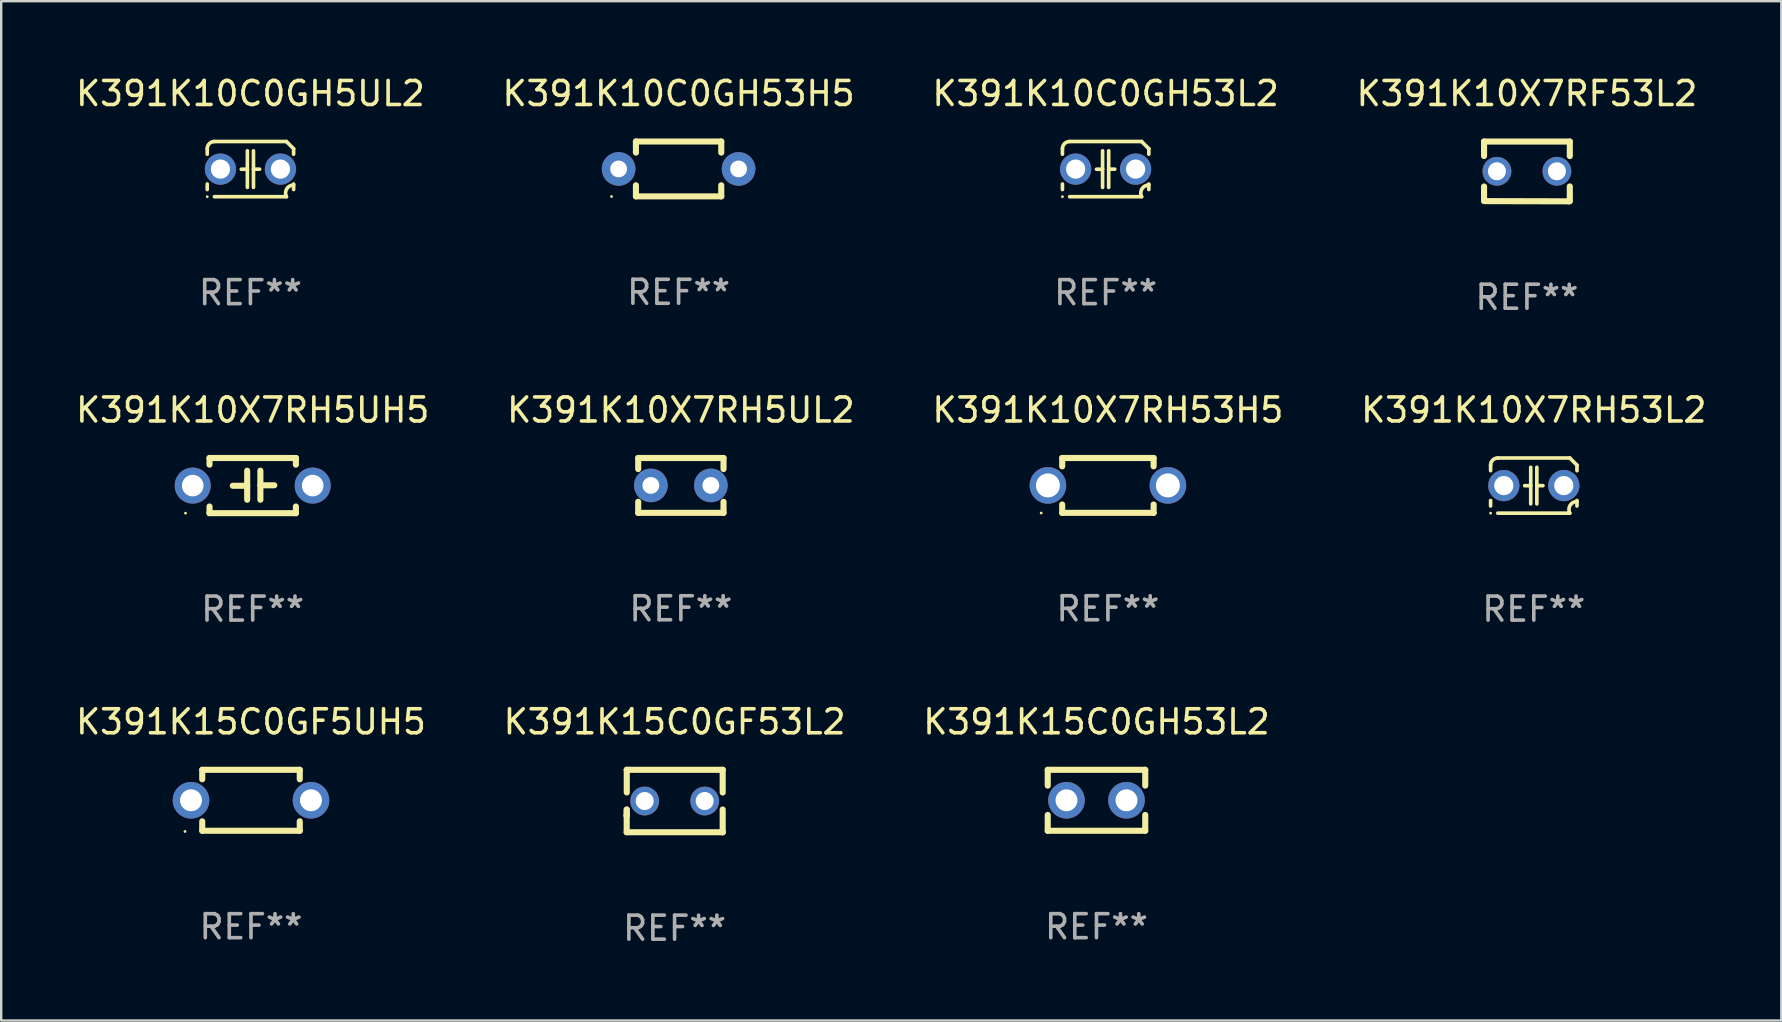
<source format=kicad_pcb>
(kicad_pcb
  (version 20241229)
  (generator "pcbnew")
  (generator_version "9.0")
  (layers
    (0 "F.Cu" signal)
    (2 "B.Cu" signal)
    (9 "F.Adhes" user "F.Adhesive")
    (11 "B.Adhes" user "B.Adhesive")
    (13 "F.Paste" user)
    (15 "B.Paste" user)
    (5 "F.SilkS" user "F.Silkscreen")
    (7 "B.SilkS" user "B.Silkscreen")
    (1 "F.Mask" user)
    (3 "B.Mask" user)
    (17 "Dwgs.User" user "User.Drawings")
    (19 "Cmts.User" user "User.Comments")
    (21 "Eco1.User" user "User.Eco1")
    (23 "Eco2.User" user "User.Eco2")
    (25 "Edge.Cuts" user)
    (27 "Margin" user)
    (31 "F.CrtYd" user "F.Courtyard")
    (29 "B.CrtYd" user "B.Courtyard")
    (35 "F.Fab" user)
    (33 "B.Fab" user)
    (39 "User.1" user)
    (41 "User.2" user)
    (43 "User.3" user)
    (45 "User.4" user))
  (footprint "K391K15C0GF53L2"
    (layer "F.Cu")
    (at 25.065 30.335)
    (property "Reference" "K391K15C0GF53L2" (at 0 -3.301 0) (layer "F.SilkS") (effects (font (size 1 1) (thickness 0.15))))
    (attr through_hole)
    (fp_line (start -1.996 0.354) (end -1.996 1.301) (stroke (width 0.254) (type solid)) (layer "F.SilkS"))
    (fp_line (start -1.996 1.301) (end 2.002 1.301) (stroke (width 0.254) (type solid)) (layer "F.SilkS"))
    (fp_line (start -1.993 -1.299) (end -1.993 -0.36) (stroke (width 0.254) (type solid)) (layer "F.SilkS"))
    (fp_line (start -1.993 0.358) (end -1.993 0.599) (stroke (width 0.254) (type solid)) (layer "F.SilkS"))
    (fp_line (start -1.993 0.599) (end -2.005 0.61) (stroke (width 0.254) (type solid)) (layer "F.SilkS"))
    (fp_line (start -1.992 -1.301) (end -1.993 -1.299) (stroke (width 0.254) (type solid)) (layer "F.SilkS"))
    (fp_line (start 2.002 1.301) (end 2.005 1.298) (stroke (width 0.254) (type solid)) (layer "F.SilkS"))
    (fp_line (start 2.003 -1.301) (end -1.992 -1.301) (stroke (width 0.254) (type solid)) (layer "F.SilkS"))
    (fp_line (start 2.005 -1.299) (end 2.003 -1.301) (stroke (width 0.254) (type solid)) (layer "F.SilkS"))
    (fp_line (start 2.005 -0.355) (end 2.005 -1.299) (stroke (width 0.254) (type solid)) (layer "F.SilkS"))
    (fp_line (start 2.005 1.298) (end 2.005 0.352) (stroke (width 0.254) (type solid)) (layer "F.SilkS"))
    (fp_circle (center -1.996 1.299) (end -1.966 1.299) (stroke (width 0.06) (type solid)) (fill no) (layer "F.SilkS"))
    (fp_text user "REF**" (at 0 5.301 0) (layer "F.Fab") (effects (font (size 1 1) (thickness 0.15))))
    (pad "1" thru_hole circle (at -1.246 -0.001) (size 1.2 1.2) (drill 0.75) (layers "*.Cu" "*.Mask"))
    (pad "2" thru_hole circle (at 1.255 -0.001) (size 1.2 1.2) (drill 0.75) (layers "*.Cu" "*.Mask")))
  (footprint "K391K10C0GH53H5"
    (layer "F.Cu")
    (at 25.232 3.991)
    (property "Reference" "K391K10C0GH53H5" (at 0 -3.143 0) (layer "F.SilkS") (effects (font (size 1 1) (thickness 0.15))))
    (attr through_hole)
    (fp_line (start -1.778 -1.143) (end 1.778 -1.143) (stroke (width 0.254) (type solid)) (layer "F.SilkS"))
    (fp_line (start -1.778 -0.681) (end -1.778 -1.143) (stroke (width 0.254) (type solid)) (layer "F.SilkS"))
    (fp_line (start -1.778 1.143) (end -1.778 0.681) (stroke (width 0.254) (type solid)) (layer "F.SilkS"))
    (fp_line (start 1.778 -1.143) (end 1.778 -0.681) (stroke (width 0.254) (type solid)) (layer "F.SilkS"))
    (fp_line (start 1.778 0.681) (end 1.778 1.143) (stroke (width 0.254) (type solid)) (layer "F.SilkS"))
    (fp_line (start 1.778 1.143) (end -1.778 1.143) (stroke (width 0.254) (type solid)) (layer "F.SilkS"))
    (fp_circle (center -2.794 1.15) (end -2.764 1.15) (stroke (width 0.06) (type solid)) (fill no) (layer "F.SilkS"))
    (fp_text user "REF**" (at 0 5.143 0) (layer "F.Fab") (effects (font (size 1 1) (thickness 0.15))))
    (pad "1" thru_hole circle (at -2.5 0) (size 1.4 1.4) (drill 0.7) (layers "*.Cu" "*.Mask"))
    (pad "2" thru_hole circle (at 2.5 0) (size 1.4 1.4) (drill 0.7) (layers "*.Cu" "*.Mask")))
  (footprint "K391K10X7RH5UL2"
    (layer "F.Cu")
    (at 25.327 17.181)
    (property "Reference" "K391K10X7RH5UL2" (at 0 -3.143 0) (layer "F.SilkS") (effects (font (size 1 1) (thickness 0.15))))
    (attr through_hole)
    (fp_line (start -1.778 -1.143) (end 1.778 -1.143) (stroke (width 0.254) (type solid)) (layer "F.SilkS"))
    (fp_line (start -1.778 -0.681) (end -1.778 -1.143) (stroke (width 0.254) (type solid)) (layer "F.SilkS"))
    (fp_line (start -1.778 1.143) (end -1.778 0.681) (stroke (width 0.254) (type solid)) (layer "F.SilkS"))
    (fp_line (start 1.778 -1.143) (end 1.778 -0.681) (stroke (width 0.254) (type solid)) (layer "F.SilkS"))
    (fp_line (start 1.778 0.681) (end 1.778 1.143) (stroke (width 0.254) (type solid)) (layer "F.SilkS"))
    (fp_line (start 1.778 1.143) (end -1.778 1.143) (stroke (width 0.254) (type solid)) (layer "F.SilkS"))
    (fp_circle (center -1.8 1.15) (end -1.77 1.15) (stroke (width 0.06) (type solid)) (fill no) (layer "F.SilkS"))
    (fp_text user "REF**" (at 0 5.143 0) (layer "F.Fab") (effects (font (size 1 1) (thickness 0.15))))
    (pad "1" thru_hole circle (at -1.25 0) (size 1.4 1.4) (drill 0.7) (layers "*.Cu" "*.Mask"))
    (pad "2" thru_hole circle (at 1.25 0) (size 1.4 1.4) (drill 0.7) (layers "*.Cu" "*.Mask")))
  (footprint "K391K10X7RH53L2"
    (layer "F.Cu")
    (at 60.875 17.188)
    (property "Reference" "K391K10X7RH53L2" (at 0 -3.15 0) (layer "F.SilkS") (effects (font (size 1 1) (thickness 0.15))))
    (attr through_hole)
    (fp_line (start -1.8 -0.621) (end -1.8 -0.85) (stroke (width 0.152) (type solid)) (layer "F.SilkS"))
    (fp_line (start -1.8 0.85) (end -1.8 0.621) (stroke (width 0.152) (type solid)) (layer "F.SilkS"))
    (fp_line (start -1.5 -1.15) (end 1.5 -1.15) (stroke (width 0.152) (type solid)) (layer "F.SilkS"))
    (fp_line (start -0.127 -0.762) (end -0.127 0.762) (stroke (width 0.152) (type solid)) (layer "F.SilkS"))
    (fp_line (start -0.127 0.005) (end -0.381 0.005) (stroke (width 0.152) (type solid)) (layer "F.SilkS"))
    (fp_line (start 0.127 -0.762) (end 0.127 0.762) (stroke (width 0.152) (type solid)) (layer "F.SilkS"))
    (fp_line (start 0.127 0.002) (end 0.381 0.002) (stroke (width 0.152) (type solid)) (layer "F.SilkS"))
    (fp_line (start 1.5 1.15) (end -1.5 1.15) (stroke (width 0.152) (type solid)) (layer "F.SilkS"))
    (fp_line (start 1.8 -0.85) (end 1.8 -0.621) (stroke (width 0.152) (type solid)) (layer "F.SilkS"))
    (fp_line (start 1.8 0.621) (end 1.8 0.85) (stroke (width 0.152) (type solid)) (layer "F.SilkS"))
    (fp_arc (start -1.799975 -0.849987) (mid -1.712107 -1.062119) (end -1.499975 -1.149987) (stroke (width 0.151994) (type solid)) (layer "F.SilkS"))
    (fp_arc (start 1.499975 1.149987) (mid 1.513726 0.822359) (end 1.799975 0.662387) (stroke (width 0.151994) (type solid)) (layer "F.SilkS"))
    (fp_arc (start 1.500001 -1.149986) (mid 1.650015 -1.000001) (end 1.8 -0.849987) (stroke (width 0.151994) (type solid)) (layer "F.SilkS"))
    (fp_circle (center -1.8 1.15) (end -1.77 1.15) (stroke (width 0.06) (type solid)) (fill no) (layer "F.SilkS"))
    (fp_text user "REF**" (at 0 5.15 0) (layer "F.Fab") (effects (font (size 1 1) (thickness 0.15))))
    (pad "1" thru_hole circle (at -1.25 0) (size 1.3 1.3) (drill 0.8) (layers "*.Cu" "*.Mask"))
    (pad "2" thru_hole circle (at 1.25 0) (size 1.3 1.3) (drill 0.8) (layers "*.Cu" "*.Mask")))
  (footprint "K391K15C0GH53L2"
    (layer "F.Cu")
    (at 42.649 30.304)
    (property "Reference" "K391K15C0GH53L2" (at 0 -3.27 0) (layer "F.SilkS") (effects (font (size 1 1) (thickness 0.15))))
    (attr through_hole)
    (fp_line (start -2.032 -1.27) (end -2.032 -0.611) (stroke (width 0.254) (type solid)) (layer "F.SilkS"))
    (fp_line (start -2.032 0.611) (end -2.032 1.27) (stroke (width 0.254) (type solid)) (layer "F.SilkS"))
    (fp_line (start -2.032 1.27) (end 2.032 1.27) (stroke (width 0.254) (type solid)) (layer "F.SilkS"))
    (fp_line (start 2.032 -1.27) (end -2.032 -1.27) (stroke (width 0.254) (type solid)) (layer "F.SilkS"))
    (fp_line (start 2.032 -0.611) (end 2.032 -1.27) (stroke (width 0.254) (type solid)) (layer "F.SilkS"))
    (fp_line (start 2.032 1.27) (end 2.032 0.611) (stroke (width 0.254) (type solid)) (layer "F.SilkS"))
    (fp_circle (center -2 1.3) (end -1.97 1.3) (stroke (width 0.06) (type solid)) (fill no) (layer "F.SilkS"))
    (fp_text user "REF**" (at 0 5.27 0) (layer "F.Fab") (effects (font (size 1 1) (thickness 0.15))))
    (pad "1" thru_hole circle (at -1.25 0) (size 1.524 1.524) (drill 0.914) (layers "*.Cu" "*.Mask"))
    (pad "2" thru_hole circle (at 1.25 0) (size 1.524 1.524) (drill 0.914) (layers "*.Cu" "*.Mask")))
  (footprint "K391K10X7RF53L2"
    (layer "F.Cu")
    (at 60.589 4.095)
    (property "Reference" "K391K10X7RF53L2" (at 0 -3.246 0) (layer "F.SilkS") (effects (font (size 1 1) (thickness 0.15))))
    (attr through_hole)
    (fp_line (start -1.787 -1.246) (end -1.787 -0.642) (stroke (width 0.254) (type solid)) (layer "F.SilkS"))
    (fp_line (start -1.787 0.627) (end -1.787 1.228) (stroke (width 0.254) (type solid)) (layer "F.SilkS"))
    (fp_line (start -1.787 1.228) (end -1.75 1.237) (stroke (width 0.254) (type solid)) (layer "F.SilkS"))
    (fp_line (start -1.75 1.237) (end 1.759 1.246) (stroke (width 0.254) (type solid)) (layer "F.SilkS"))
    (fp_line (start 1.759 1.246) (end 1.787 1.218) (stroke (width 0.254) (type solid)) (layer "F.SilkS"))
    (fp_line (start 1.787 -1.246) (end -1.787 -1.246) (stroke (width 0.254) (type solid)) (layer "F.SilkS"))
    (fp_line (start 1.787 -0.639) (end 1.787 -1.246) (stroke (width 0.254) (type solid)) (layer "F.SilkS"))
    (fp_line (start 1.787 1.237) (end 1.787 0.625) (stroke (width 0.254) (type solid)) (layer "F.SilkS"))
    (fp_circle (center -1.801 1.243) (end -1.771 1.243) (stroke (width 0.06) (type solid)) (fill no) (layer "F.SilkS"))
    (fp_text user "REF**" (at 0 5.246 0) (layer "F.Fab") (effects (font (size 1 1) (thickness 0.15))))
    (pad "1" thru_hole circle (at -1.251 -0.007) (size 1.2 1.2) (drill 0.75) (layers "*.Cu" "*.Mask"))
    (pad "2" thru_hole circle (at 1.249 -0.007) (size 1.2 1.2) (drill 0.75) (layers "*.Cu" "*.Mask")))
  (footprint "K391K10C0GH5UL2"
    (layer "F.Cu")
    (at 7.387 3.998)
    (property "Reference" "K391K10C0GH5UL2" (at 0 -3.15 0) (layer "F.SilkS") (effects (font (size 1 1) (thickness 0.15))))
    (attr through_hole)
    (fp_line (start -1.8 -0.621) (end -1.8 -0.85) (stroke (width 0.152) (type solid)) (layer "F.SilkS"))
    (fp_line (start -1.8 0.85) (end -1.8 0.621) (stroke (width 0.152) (type solid)) (layer "F.SilkS"))
    (fp_line (start -1.5 -1.15) (end 1.5 -1.15) (stroke (width 0.152) (type solid)) (layer "F.SilkS"))
    (fp_line (start -0.127 -0.762) (end -0.127 0.762) (stroke (width 0.152) (type solid)) (layer "F.SilkS"))
    (fp_line (start -0.127 0.005) (end -0.381 0.005) (stroke (width 0.152) (type solid)) (layer "F.SilkS"))
    (fp_line (start 0.127 -0.762) (end 0.127 0.762) (stroke (width 0.152) (type solid)) (layer "F.SilkS"))
    (fp_line (start 0.127 0.002) (end 0.381 0.002) (stroke (width 0.152) (type solid)) (layer "F.SilkS"))
    (fp_line (start 1.5 1.15) (end -1.5 1.15) (stroke (width 0.152) (type solid)) (layer "F.SilkS"))
    (fp_line (start 1.8 -0.85) (end 1.8 -0.621) (stroke (width 0.152) (type solid)) (layer "F.SilkS"))
    (fp_line (start 1.8 0.621) (end 1.8 0.85) (stroke (width 0.152) (type solid)) (layer "F.SilkS"))
    (fp_arc (start -1.799975 -0.849987) (mid -1.712107 -1.062119) (end -1.499975 -1.149987) (stroke (width 0.151994) (type solid)) (layer "F.SilkS"))
    (fp_arc (start 1.499975 1.149987) (mid 1.513726 0.822359) (end 1.799975 0.662387) (stroke (width 0.151994) (type solid)) (layer "F.SilkS"))
    (fp_arc (start 1.500001 -1.149986) (mid 1.650015 -1.000001) (end 1.8 -0.849987) (stroke (width 0.151994) (type solid)) (layer "F.SilkS"))
    (fp_circle (center -1.8 1.15) (end -1.77 1.15) (stroke (width 0.06) (type solid)) (fill no) (layer "F.SilkS"))
    (fp_text user "REF**" (at 0 5.15 0) (layer "F.Fab") (effects (font (size 1 1) (thickness 0.15))))
    (pad "1" thru_hole circle (at -1.25 0) (size 1.3 1.3) (drill 0.8) (layers "*.Cu" "*.Mask"))
    (pad "2" thru_hole circle (at 1.25 0) (size 1.3 1.3) (drill 0.8) (layers "*.Cu" "*.Mask")))
  (footprint "K391K15C0GF5UH5"
    (layer "F.Cu")
    (at 7.411 30.304)
    (property "Reference" "K391K15C0GF5UH5" (at 0 -3.27 0) (layer "F.SilkS") (effects (font (size 1 1) (thickness 0.15))))
    (attr through_hole)
    (fp_line (start -2.032 -1.27) (end -2.032 -0.876) (stroke (width 0.254) (type solid)) (layer "F.SilkS"))
    (fp_line (start -2.032 0.876) (end -2.032 1.27) (stroke (width 0.254) (type solid)) (layer "F.SilkS"))
    (fp_line (start -2.032 1.27) (end 2.032 1.27) (stroke (width 0.254) (type solid)) (layer "F.SilkS"))
    (fp_line (start 2.032 -1.27) (end -2.032 -1.27) (stroke (width 0.254) (type solid)) (layer "F.SilkS"))
    (fp_line (start 2.032 -0.876) (end 2.032 -1.27) (stroke (width 0.254) (type solid)) (layer "F.SilkS"))
    (fp_line (start 2.032 1.27) (end 2.032 0.876) (stroke (width 0.254) (type solid)) (layer "F.SilkS"))
    (fp_circle (center -2.751 1.3) (end -2.721 1.3) (stroke (width 0.06) (type solid)) (fill no) (layer "F.SilkS"))
    (fp_text user "REF**" (at 0 5.27 0) (layer "F.Fab") (effects (font (size 1 1) (thickness 0.15))))
    (pad "1" thru_hole circle (at -2.5 0) (size 1.524 1.524) (drill 0.914) (layers "*.Cu" "*.Mask"))
    (pad "2" thru_hole circle (at 2.5 0) (size 1.524 1.524) (drill 0.914) (layers "*.Cu" "*.Mask")))
  (footprint "K391K10X7RH5UH5"
    (layer "F.Cu")
    (at 7.482 17.188)
    (property "Reference" "K391K10X7RH5UH5" (at 0 -3.15 0) (layer "F.SilkS") (effects (font (size 1 1) (thickness 0.15))))
    (attr through_hole)
    (fp_line (start -1.8 -1.15) (end -1.8 -0.872) (stroke (width 0.254) (type solid)) (layer "F.SilkS"))
    (fp_line (start -1.8 -1.15) (end 1.8 -1.15) (stroke (width 0.254) (type solid)) (layer "F.SilkS"))
    (fp_line (start -1.8 0.872) (end -1.8 1.15) (stroke (width 0.254) (type solid)) (layer "F.SilkS"))
    (fp_line (start -1.8 1.15) (end 1.8 1.15) (stroke (width 0.254) (type solid)) (layer "F.SilkS"))
    (fp_line (start -0.23 -0.62) (end -0.23 0.59) (stroke (width 0.254) (type solid)) (layer "F.SilkS"))
    (fp_line (start -0.23 0.007) (end -0.83 0.007) (stroke (width 0.254) (type solid)) (layer "F.SilkS"))
    (fp_line (start 0.32 -0.62) (end 0.32 0.59) (stroke (width 0.254) (type solid)) (layer "F.SilkS"))
    (fp_line (start 0.32 -0.012) (end 0.9 -0.012) (stroke (width 0.254) (type solid)) (layer "F.SilkS"))
    (fp_line (start 1.8 -1.15) (end 1.8 -0.872) (stroke (width 0.254) (type solid)) (layer "F.SilkS"))
    (fp_line (start 1.8 0.872) (end 1.8 1.15) (stroke (width 0.254) (type solid)) (layer "F.SilkS"))
    (fp_circle (center -2.8 1.15) (end -2.77 1.15) (stroke (width 0.06) (type solid)) (fill no) (layer "F.SilkS"))
    (fp_text user "REF**" (at 0 5.15 0) (layer "F.Fab") (effects (font (size 1 1) (thickness 0.15))))
    (pad "1" thru_hole circle (at -2.5 0) (size 1.5 1.5) (drill 0.9) (layers "*.Cu" "*.Mask"))
    (pad "2" thru_hole circle (at 2.5 0) (size 1.5 1.5) (drill 0.9) (layers "*.Cu" "*.Mask")))
  (footprint "K391K10X7RH53H5"
    (layer "F.Cu")
    (at 43.125 17.181)
    (property "Reference" "K391K10X7RH53H5" (at 0 -3.143 0) (layer "F.SilkS") (effects (font (size 1 1) (thickness 0.15))))
    (attr through_hole)
    (fp_line (start -1.905 -1.143) (end 1.905 -1.143) (stroke (width 0.254) (type solid)) (layer "F.SilkS"))
    (fp_line (start -1.905 -0.795) (end -1.905 -1.143) (stroke (width 0.254) (type solid)) (layer "F.SilkS"))
    (fp_line (start -1.905 1.143) (end -1.905 0.795) (stroke (width 0.254) (type solid)) (layer "F.SilkS"))
    (fp_line (start 1.905 -1.143) (end 1.905 -0.795) (stroke (width 0.254) (type solid)) (layer "F.SilkS"))
    (fp_line (start 1.905 0.795) (end 1.905 1.143) (stroke (width 0.254) (type solid)) (layer "F.SilkS"))
    (fp_line (start 1.905 1.143) (end -1.905 1.143) (stroke (width 0.254) (type solid)) (layer "F.SilkS"))
    (fp_circle (center -2.781 1.15) (end -2.751 1.15) (stroke (width 0.06) (type solid)) (fill no) (layer "F.SilkS"))
    (fp_text user "REF**" (at 0 5.143 0) (layer "F.Fab") (effects (font (size 1 1) (thickness 0.15))))
    (pad "1" thru_hole circle (at -2.5 0) (size 1.524 1.524) (drill 1) (layers "*.Cu" "*.Mask"))
    (pad "2" thru_hole circle (at 2.5 0) (size 1.524 1.524) (drill 1) (layers "*.Cu" "*.Mask")))
  (footprint "K391K10C0GH53L2"
    (layer "F.Cu")
    (at 43.03 3.998)
    (property "Reference" "K391K10C0GH53L2" (at 0 -3.15 0) (layer "F.SilkS") (effects (font (size 1 1) (thickness 0.15))))
    (attr through_hole)
    (fp_line (start -1.8 -0.621) (end -1.8 -0.85) (stroke (width 0.152) (type solid)) (layer "F.SilkS"))
    (fp_line (start -1.8 0.85) (end -1.8 0.621) (stroke (width 0.152) (type solid)) (layer "F.SilkS"))
    (fp_line (start -1.5 -1.15) (end 1.5 -1.15) (stroke (width 0.152) (type solid)) (layer "F.SilkS"))
    (fp_line (start -0.127 -0.762) (end -0.127 0.762) (stroke (width 0.152) (type solid)) (layer "F.SilkS"))
    (fp_line (start -0.127 0.005) (end -0.381 0.005) (stroke (width 0.152) (type solid)) (layer "F.SilkS"))
    (fp_line (start 0.127 -0.762) (end 0.127 0.762) (stroke (width 0.152) (type solid)) (layer "F.SilkS"))
    (fp_line (start 0.127 0.002) (end 0.381 0.002) (stroke (width 0.152) (type solid)) (layer "F.SilkS"))
    (fp_line (start 1.5 1.15) (end -1.5 1.15) (stroke (width 0.152) (type solid)) (layer "F.SilkS"))
    (fp_line (start 1.8 -0.85) (end 1.8 -0.621) (stroke (width 0.152) (type solid)) (layer "F.SilkS"))
    (fp_line (start 1.8 0.621) (end 1.8 0.85) (stroke (width 0.152) (type solid)) (layer "F.SilkS"))
    (fp_arc (start -1.799975 -0.849987) (mid -1.712107 -1.062119) (end -1.499975 -1.149987) (stroke (width 0.151994) (type solid)) (layer "F.SilkS"))
    (fp_arc (start 1.499975 1.149987) (mid 1.513726 0.822359) (end 1.799975 0.662387) (stroke (width 0.151994) (type solid)) (layer "F.SilkS"))
    (fp_arc (start 1.500001 -1.149986) (mid 1.650015 -1.000001) (end 1.8 -0.849987) (stroke (width 0.151994) (type solid)) (layer "F.SilkS"))
    (fp_circle (center -1.8 1.15) (end -1.77 1.15) (stroke (width 0.06) (type solid)) (fill no) (layer "F.SilkS"))
    (fp_text user "REF**" (at 0 5.15 0) (layer "F.Fab") (effects (font (size 1 1) (thickness 0.15))))
    (pad "1" thru_hole circle (at -1.25 0) (size 1.3 1.3) (drill 0.8) (layers "*.Cu" "*.Mask"))
    (pad "2" thru_hole circle (at 1.25 0) (size 1.3 1.3) (drill 0.8) (layers "*.Cu" "*.Mask")))
  (gr_rect
    (start -3 -3)
    (end 71.19 39.484)
    (stroke (width 0.1) (type default))
    (fill no)
    (layer "Edge.Cuts")))
</source>
